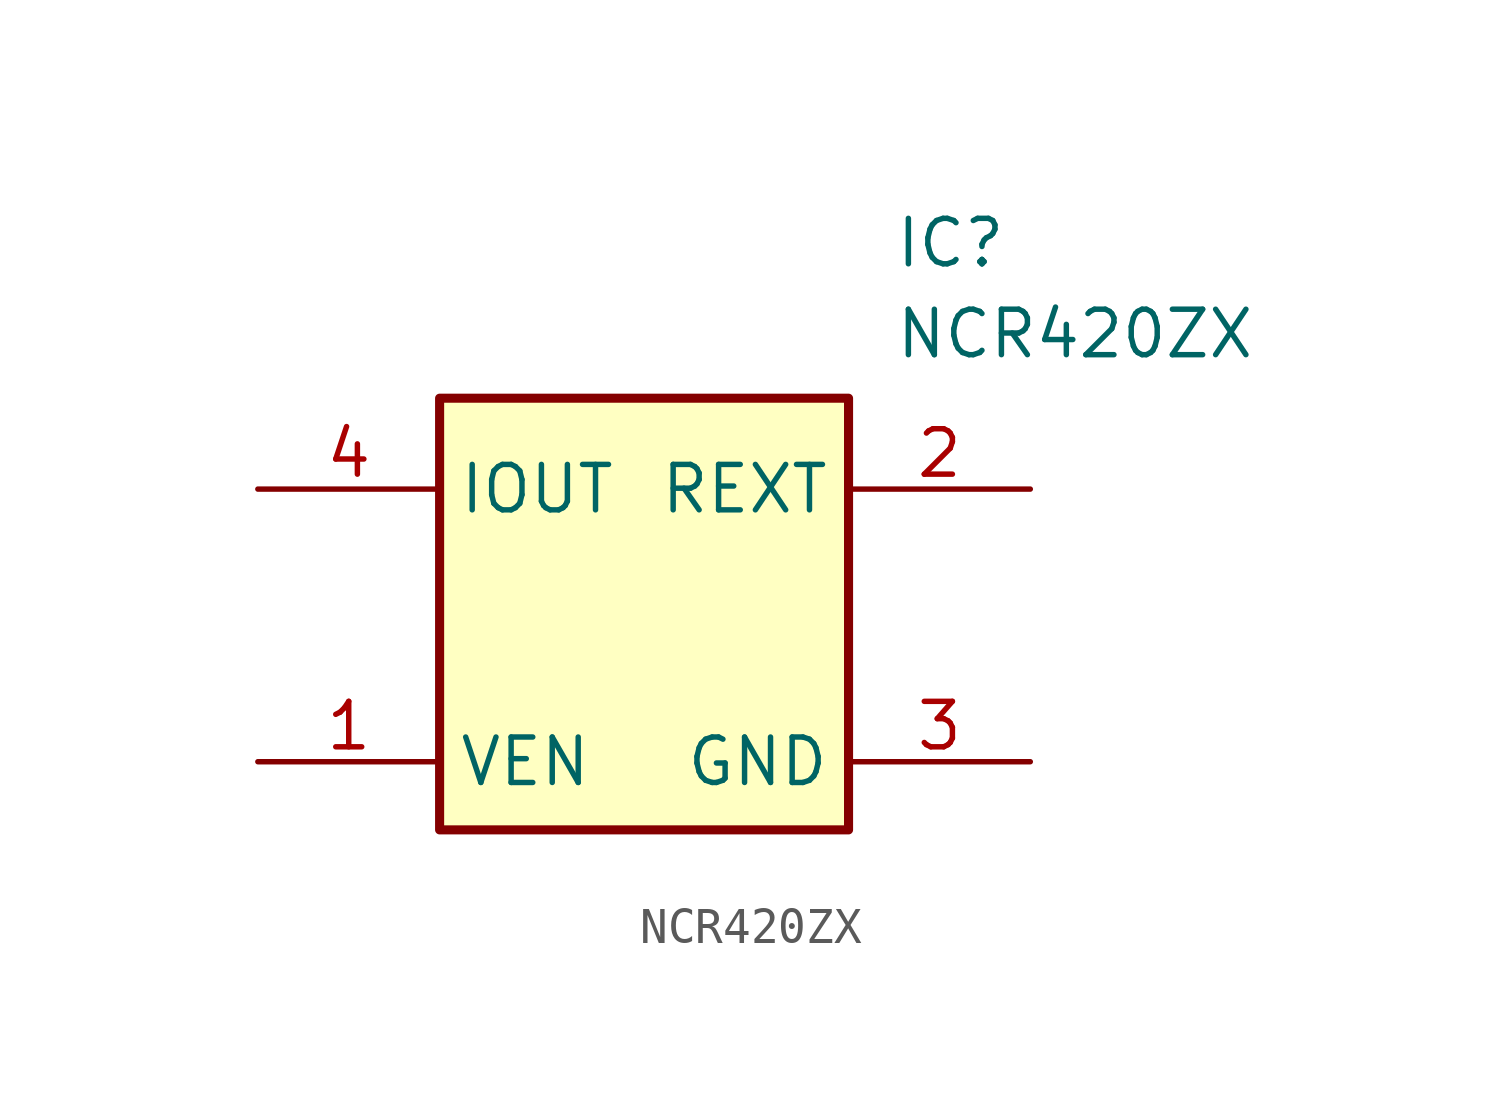
<source format=kicad_sym>
(kicad_symbol_lib
  (version 20231120)
  (generator "kicad_symbol_editor")
  (generator_version "8.0")
  (symbol "NCR420ZX"
    (property "Reference" "IC"
      (at 24.13 7.62 0)
      (effects (font (size 1.27 1.27)) (justify left top)))
    (property "Value" "NCR420ZX"
      (at 24.13 5.08 0)
      (effects (font (size 1.27 1.27)) (justify left top)))
    (symbol "NCR420ZX_1_1"
      (rectangle (start 11.43 2.54) (end 22.86 -9.525) (stroke (width 0.254) (type default)) (fill (type background)))
      (pin passive line (at 6.35 -7.62 0) (length 5.08) (name "VEN" (effects (font (size 1.27 1.27)))) (number "1" (effects (font (size 1.27 1.27)))))
      (pin passive line (at 27.94 0 180) (length 5.08) (name "REXT" (effects (font (size 1.27 1.27)))) (number "2" (effects (font (size 1.27 1.27)))))
      (pin passive line (at 27.94 -7.62 180) (length 5.08) (name "GND" (effects (font (size 1.27 1.27)))) (number "3" (effects (font (size 1.27 1.27)))))
      (pin passive line (at 6.35 0 0) (length 5.08) (name "IOUT" (effects (font (size 1.27 1.27)))) (number "4" (effects (font (size 1.27 1.27))))))))
</source>
